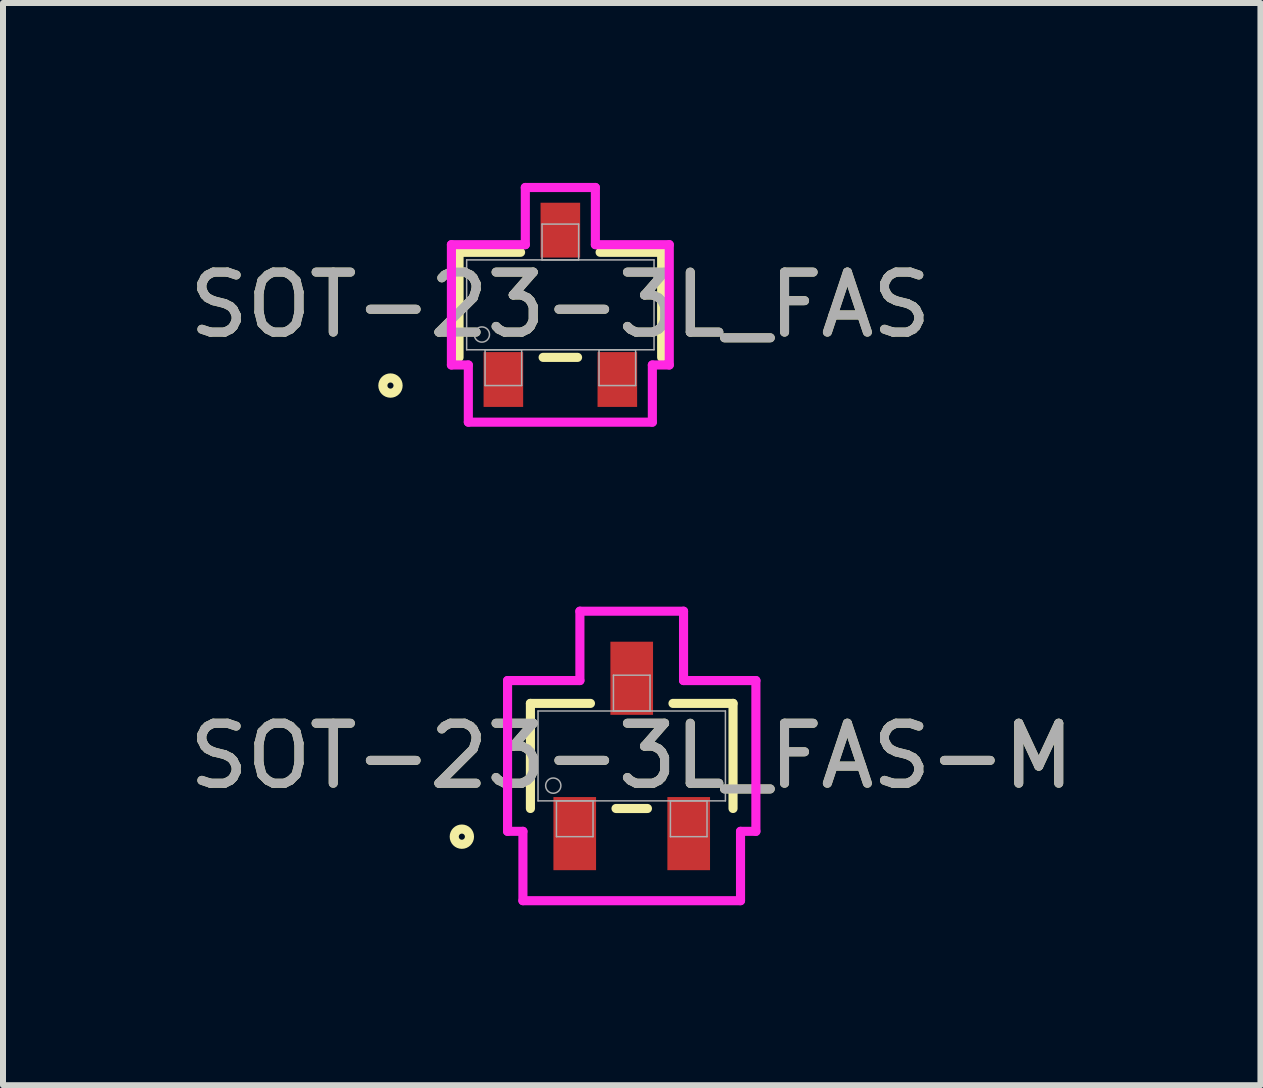
<source format=kicad_pcb>
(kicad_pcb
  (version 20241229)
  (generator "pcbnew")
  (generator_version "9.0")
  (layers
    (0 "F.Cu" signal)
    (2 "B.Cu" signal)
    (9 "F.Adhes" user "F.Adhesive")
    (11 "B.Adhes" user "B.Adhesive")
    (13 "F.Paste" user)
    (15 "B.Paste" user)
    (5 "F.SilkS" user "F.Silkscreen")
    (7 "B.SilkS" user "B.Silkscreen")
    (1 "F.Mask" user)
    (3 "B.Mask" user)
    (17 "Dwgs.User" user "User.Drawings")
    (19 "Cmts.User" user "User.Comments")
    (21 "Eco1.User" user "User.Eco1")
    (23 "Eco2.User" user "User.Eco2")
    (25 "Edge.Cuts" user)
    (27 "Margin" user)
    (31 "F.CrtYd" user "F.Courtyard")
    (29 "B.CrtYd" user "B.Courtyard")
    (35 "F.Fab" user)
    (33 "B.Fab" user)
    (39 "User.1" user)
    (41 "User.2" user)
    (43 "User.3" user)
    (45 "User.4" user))
  (footprint "SOT-23-3L_FAS"
    (layer "F.Cu")
    (at 6.292 2.032)
    (property "Reference" "SOT-23-3L_FAS" (at 0 0 0) (unlocked yes) (layer "F.SilkS") (effects (font (size 1 1) (thickness 0.15))))
    (attr smd)
    (fp_line (start -1.689 -0.876) (end -1.689 0.876) (stroke (width 0.152) (type solid)) (layer "F.SilkS"))
    (fp_line (start -0.663 -0.876) (end -1.689 -0.876) (stroke (width 0.152) (type solid)) (layer "F.SilkS"))
    (fp_line (start -0.287 0.876) (end 0.287 0.876) (stroke (width 0.152) (type solid)) (layer "F.SilkS"))
    (fp_line (start 1.689 -0.876) (end 0.663 -0.876) (stroke (width 0.152) (type solid)) (layer "F.SilkS"))
    (fp_line (start 1.689 0.876) (end 1.689 -0.876) (stroke (width 0.152) (type solid)) (layer "F.SilkS"))
    (fp_circle (center -2.832 1.346) (end -2.705 1.346) (stroke (width 0.152) (type solid)) (fill no) (layer "F.SilkS"))
    (fp_line (start -1.816 -1.003) (end -0.584 -1.003) (stroke (width 0.152) (type solid)) (layer "F.CrtYd"))
    (fp_line (start -1.816 1.003) (end -1.816 -1.003) (stroke (width 0.152) (type solid)) (layer "F.CrtYd"))
    (fp_line (start -1.816 1.003) (end -1.534 1.003) (stroke (width 0.152) (type solid)) (layer "F.CrtYd"))
    (fp_line (start -1.534 1.003) (end -1.534 1.956) (stroke (width 0.152) (type solid)) (layer "F.CrtYd"))
    (fp_line (start -1.534 1.956) (end 1.534 1.956) (stroke (width 0.152) (type solid)) (layer "F.CrtYd"))
    (fp_line (start -0.584 -1.956) (end 0.584 -1.956) (stroke (width 0.152) (type solid)) (layer "F.CrtYd"))
    (fp_line (start -0.584 -1.003) (end -0.584 -1.956) (stroke (width 0.152) (type solid)) (layer "F.CrtYd"))
    (fp_line (start 0.584 -1.003) (end 0.584 -1.956) (stroke (width 0.152) (type solid)) (layer "F.CrtYd"))
    (fp_line (start 1.534 1.003) (end 1.534 1.956) (stroke (width 0.152) (type solid)) (layer "F.CrtYd"))
    (fp_line (start 1.816 -1.003) (end 0.584 -1.003) (stroke (width 0.152) (type solid)) (layer "F.CrtYd"))
    (fp_line (start 1.816 -1.003) (end 1.816 1.003) (stroke (width 0.152) (type solid)) (layer "F.CrtYd"))
    (fp_line (start 1.816 1.003) (end 1.534 1.003) (stroke (width 0.152) (type solid)) (layer "F.CrtYd"))
    (fp_line (start -1.562 -0.749) (end -1.562 0.749) (stroke (width 0.025) (type solid)) (layer "F.Fab"))
    (fp_line (start -1.562 0.749) (end 1.562 0.749) (stroke (width 0.025) (type solid)) (layer "F.Fab"))
    (fp_line (start -1.255 0.749) (end -1.255 1.346) (stroke (width 0.025) (type solid)) (layer "F.Fab"))
    (fp_line (start -1.255 1.346) (end -0.645 1.346) (stroke (width 0.025) (type solid)) (layer "F.Fab"))
    (fp_line (start -0.645 0.749) (end -1.255 0.749) (stroke (width 0.025) (type solid)) (layer "F.Fab"))
    (fp_line (start -0.645 1.346) (end -0.645 0.749) (stroke (width 0.025) (type solid)) (layer "F.Fab"))
    (fp_line (start -0.305 -1.346) (end -0.305 -0.749) (stroke (width 0.025) (type solid)) (layer "F.Fab"))
    (fp_line (start -0.305 -0.749) (end 0.305 -0.749) (stroke (width 0.025) (type solid)) (layer "F.Fab"))
    (fp_line (start 0.305 -1.346) (end -0.305 -1.346) (stroke (width 0.025) (type solid)) (layer "F.Fab"))
    (fp_line (start 0.305 -0.749) (end 0.305 -1.346) (stroke (width 0.025) (type solid)) (layer "F.Fab"))
    (fp_line (start 0.645 0.749) (end 0.645 1.346) (stroke (width 0.025) (type solid)) (layer "F.Fab"))
    (fp_line (start 0.645 1.346) (end 1.255 1.346) (stroke (width 0.025) (type solid)) (layer "F.Fab"))
    (fp_line (start 1.255 0.749) (end 0.645 0.749) (stroke (width 0.025) (type solid)) (layer "F.Fab"))
    (fp_line (start 1.255 1.346) (end 1.255 0.749) (stroke (width 0.025) (type solid)) (layer "F.Fab"))
    (fp_line (start 1.562 -0.749) (end -1.562 -0.749) (stroke (width 0.025) (type solid)) (layer "F.Fab"))
    (fp_line (start 1.562 0.749) (end 1.562 -0.749) (stroke (width 0.025) (type solid)) (layer "F.Fab"))
    (fp_circle (center -1.308 0.495) (end -1.181 0.495) (stroke (width 0.025) (type solid)) (fill no) (layer "F.Fab"))
    (fp_text user "${REFERENCE}" (at 0 0 0) (unlocked yes) (layer "F.Fab") (effects (font (size 1 1) (thickness 0.15))))
    (pad "1" smd rect (at -0.95 1.245) (size 0.66 0.914) (layers "F.Cu" "F.Mask" "F.Paste"))
    (pad "2" smd rect (at 0.95 1.245) (size 0.66 0.914) (layers "F.Cu" "F.Mask" "F.Paste"))
    (pad "3" smd rect (at 0 -1.245) (size 0.66 0.914) (layers "F.Cu" "F.Mask" "F.Paste")))
  (footprint "SOT-23-3L_FAS-M"
    (layer "F.Cu")
    (at 7.482 9.553)
    (property "Reference" "SOT-23-3L_FAS-M" (at 0 0 0) (unlocked yes) (layer "F.SilkS") (effects (font (size 1 1) (thickness 0.15))))
    (attr smd)
    (fp_line (start -1.689 -0.876) (end -1.689 0.876) (stroke (width 0.152) (type solid)) (layer "F.SilkS"))
    (fp_line (start -0.688 -0.876) (end -1.689 -0.876) (stroke (width 0.152) (type solid)) (layer "F.SilkS"))
    (fp_line (start -0.262 0.876) (end 0.262 0.876) (stroke (width 0.152) (type solid)) (layer "F.SilkS"))
    (fp_line (start 1.689 -0.876) (end 0.688 -0.876) (stroke (width 0.152) (type solid)) (layer "F.SilkS"))
    (fp_line (start 1.689 0.876) (end 1.689 -0.876) (stroke (width 0.152) (type solid)) (layer "F.SilkS"))
    (fp_circle (center -2.832 1.346) (end -2.705 1.346) (stroke (width 0.152) (type solid)) (fill no) (layer "F.SilkS"))
    (fp_line (start -2.07 -1.257) (end -0.864 -1.257) (stroke (width 0.152) (type solid)) (layer "F.CrtYd"))
    (fp_line (start -2.07 1.257) (end -2.07 -1.257) (stroke (width 0.152) (type solid)) (layer "F.CrtYd"))
    (fp_line (start -2.07 1.257) (end -1.814 1.257) (stroke (width 0.152) (type solid)) (layer "F.CrtYd"))
    (fp_line (start -1.814 1.257) (end -1.814 2.413) (stroke (width 0.152) (type solid)) (layer "F.CrtYd"))
    (fp_line (start -1.814 2.413) (end 1.814 2.413) (stroke (width 0.152) (type solid)) (layer "F.CrtYd"))
    (fp_line (start -0.864 -2.413) (end 0.864 -2.413) (stroke (width 0.152) (type solid)) (layer "F.CrtYd"))
    (fp_line (start -0.864 -1.257) (end -0.864 -2.413) (stroke (width 0.152) (type solid)) (layer "F.CrtYd"))
    (fp_line (start 0.864 -1.257) (end 0.864 -2.413) (stroke (width 0.152) (type solid)) (layer "F.CrtYd"))
    (fp_line (start 1.814 1.257) (end 1.814 2.413) (stroke (width 0.152) (type solid)) (layer "F.CrtYd"))
    (fp_line (start 2.07 -1.257) (end 0.864 -1.257) (stroke (width 0.152) (type solid)) (layer "F.CrtYd"))
    (fp_line (start 2.07 -1.257) (end 2.07 1.257) (stroke (width 0.152) (type solid)) (layer "F.CrtYd"))
    (fp_line (start 2.07 1.257) (end 1.814 1.257) (stroke (width 0.152) (type solid)) (layer "F.CrtYd"))
    (fp_line (start -1.562 -0.749) (end -1.562 0.749) (stroke (width 0.025) (type solid)) (layer "F.Fab"))
    (fp_line (start -1.562 0.749) (end 1.562 0.749) (stroke (width 0.025) (type solid)) (layer "F.Fab"))
    (fp_line (start -1.255 0.749) (end -1.255 1.346) (stroke (width 0.025) (type solid)) (layer "F.Fab"))
    (fp_line (start -1.255 1.346) (end -0.645 1.346) (stroke (width 0.025) (type solid)) (layer "F.Fab"))
    (fp_line (start -0.645 0.749) (end -1.255 0.749) (stroke (width 0.025) (type solid)) (layer "F.Fab"))
    (fp_line (start -0.645 1.346) (end -0.645 0.749) (stroke (width 0.025) (type solid)) (layer "F.Fab"))
    (fp_line (start -0.305 -1.346) (end -0.305 -0.749) (stroke (width 0.025) (type solid)) (layer "F.Fab"))
    (fp_line (start -0.305 -0.749) (end 0.305 -0.749) (stroke (width 0.025) (type solid)) (layer "F.Fab"))
    (fp_line (start 0.305 -1.346) (end -0.305 -1.346) (stroke (width 0.025) (type solid)) (layer "F.Fab"))
    (fp_line (start 0.305 -0.749) (end 0.305 -1.346) (stroke (width 0.025) (type solid)) (layer "F.Fab"))
    (fp_line (start 0.645 0.749) (end 0.645 1.346) (stroke (width 0.025) (type solid)) (layer "F.Fab"))
    (fp_line (start 0.645 1.346) (end 1.255 1.346) (stroke (width 0.025) (type solid)) (layer "F.Fab"))
    (fp_line (start 1.255 0.749) (end 0.645 0.749) (stroke (width 0.025) (type solid)) (layer "F.Fab"))
    (fp_line (start 1.255 1.346) (end 1.255 0.749) (stroke (width 0.025) (type solid)) (layer "F.Fab"))
    (fp_line (start 1.562 -0.749) (end -1.562 -0.749) (stroke (width 0.025) (type solid)) (layer "F.Fab"))
    (fp_line (start 1.562 0.749) (end 1.562 -0.749) (stroke (width 0.025) (type solid)) (layer "F.Fab"))
    (fp_circle (center -1.308 0.495) (end -1.181 0.495) (stroke (width 0.025) (type solid)) (fill no) (layer "F.Fab"))
    (fp_text user "${REFERENCE}" (at 0 0 0) (unlocked yes) (layer "F.Fab") (effects (font (size 1 1) (thickness 0.15))))
    (pad "1" smd rect (at -0.95 1.295) (size 0.711 1.219) (layers "F.Cu" "F.Mask" "F.Paste"))
    (pad "2" smd rect (at 0.95 1.295) (size 0.711 1.219) (layers "F.Cu" "F.Mask" "F.Paste"))
    (pad "3" smd rect (at 0 -1.295) (size 0.711 1.219) (layers "F.Cu" "F.Mask" "F.Paste")))
  (gr_rect
    (start -3 -3)
    (end 17.964 15.042)
    (stroke (width 0.1) (type default))
    (fill no)
    (layer "Edge.Cuts")))
</source>
